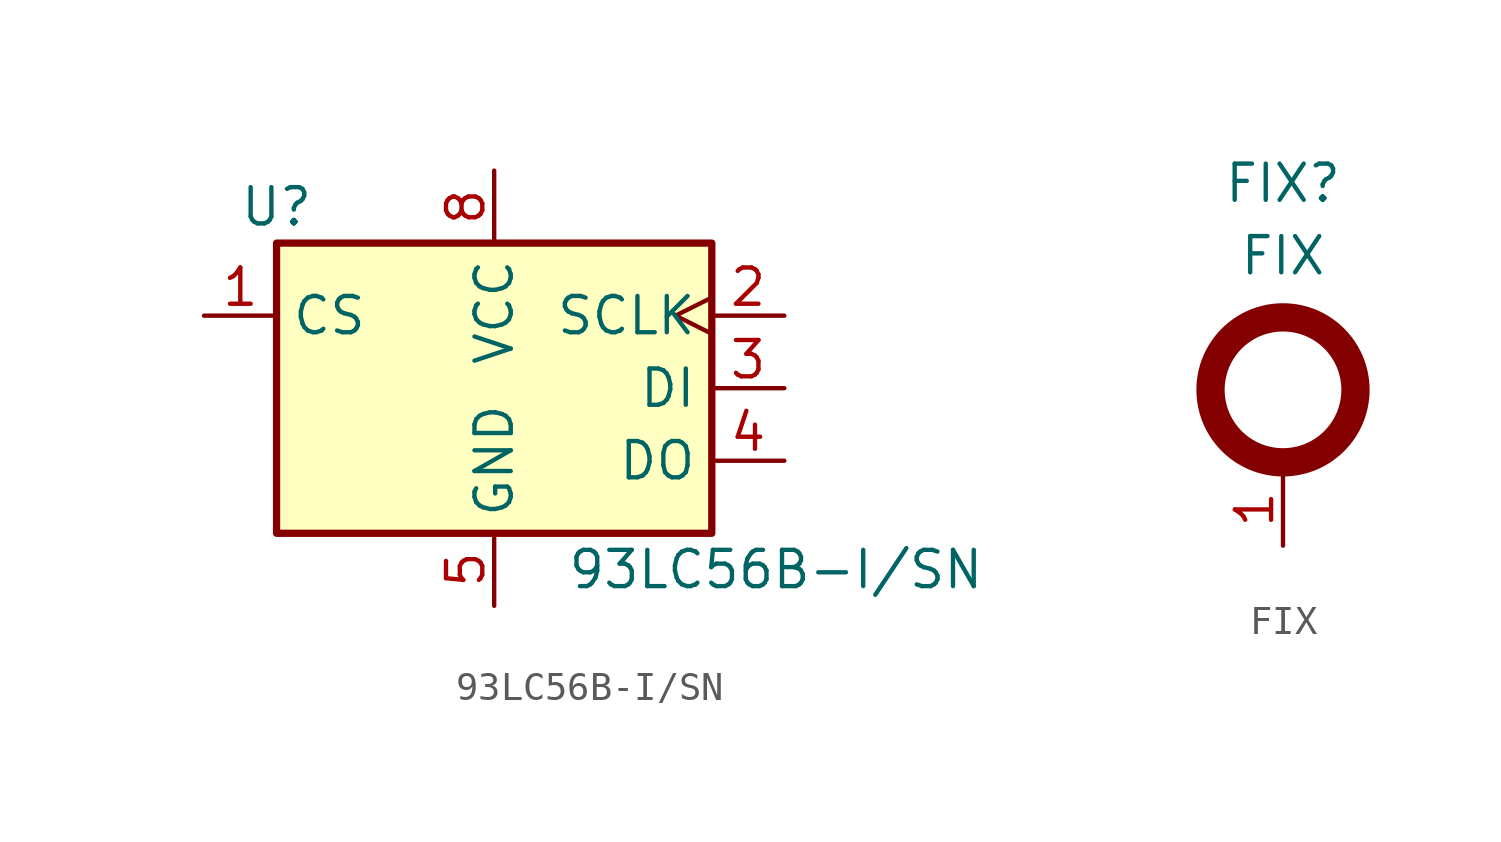
<source format=kicad_sym>
(kicad_symbol_lib
  (version 20230620)
  (generator kicad_symbol_editor)
  (symbol "93LC56B-I/SN"
    (property "Reference" "U"
      (at -7.62 6.35 0)
      (effects (font (size 1.27 1.27))))
    (property "Value" "93LC56B-I/SN"
      (at 2.54 -6.35 0)
      (effects (font (size 1.27 1.27)) (justify left)))
    (symbol "93LC56B-I/SN_1_1"
      (rectangle (start -7.62 5.08) (end 7.62 -5.08) (stroke (width 0.254) (type default)) (fill (type background)))
      (pin input line (at -10.16 2.54 0) (length 2.54) (name "CS" (effects (font (size 1.27 1.27)))) (number "1" (effects (font (size 1.27 1.27)))))
      (pin input clock (at 10.16 2.54 180) (length 2.54) (name "SCLK" (effects (font (size 1.27 1.27)))) (number "2" (effects (font (size 1.27 1.27)))))
      (pin input line (at 10.16 0 180) (length 2.54) (name "DI" (effects (font (size 1.27 1.27)))) (number "3" (effects (font (size 1.27 1.27)))))
      (pin tri_state line (at 10.16 -2.54 180) (length 2.54) (name "DO" (effects (font (size 1.27 1.27)))) (number "4" (effects (font (size 1.27 1.27)))))
      (pin power_in line (at 0 -7.62 90) (length 2.54) (name "GND" (effects (font (size 1.27 1.27)))) (number "5" (effects (font (size 1.27 1.27)))))
      (pin no_connect line (at -7.62 0 0) (length 2.54) hide (name "NC" (effects (font (size 1.27 1.27)))) (number "6" (effects (font (size 1.27 1.27)))))
      (pin no_connect line (at -7.62 -2.54 0) (length 2.54) hide (name "NC" (effects (font (size 1.27 1.27)))) (number "7" (effects (font (size 1.27 1.27)))))
      (pin power_in line (at 0 7.62 270) (length 2.54) (name "VCC" (effects (font (size 1.27 1.27)))) (number "8" (effects (font (size 1.27 1.27)))))))
  (symbol "FIX"
    (pin_names
      (offset 1.016) hide)
    (property "Reference" "FIX"
      (at 0 12.7 0)
      (effects (font (size 1.27 1.27))))
    (property "Value" "FIX"
      (at 0 10.16 0)
      (effects (font (size 1.27 1.27))))
    (property "Datasheet" ""
      (at 0 0 0)
      (effects (font (size 1.27 1.27))))
    (symbol "FIX_0_1"
      (circle (center 0 5.461) (radius 2.54) (stroke (width 0.991) (type default)) (fill (type none))))
    (symbol "FIX_1_1"
      (pin passive line (at 0 0 90) (length 2.54) (name "1" (effects (font (size 1.27 1.27)))) (number "1" (effects (font (size 1.27 1.27))))))))
</source>
